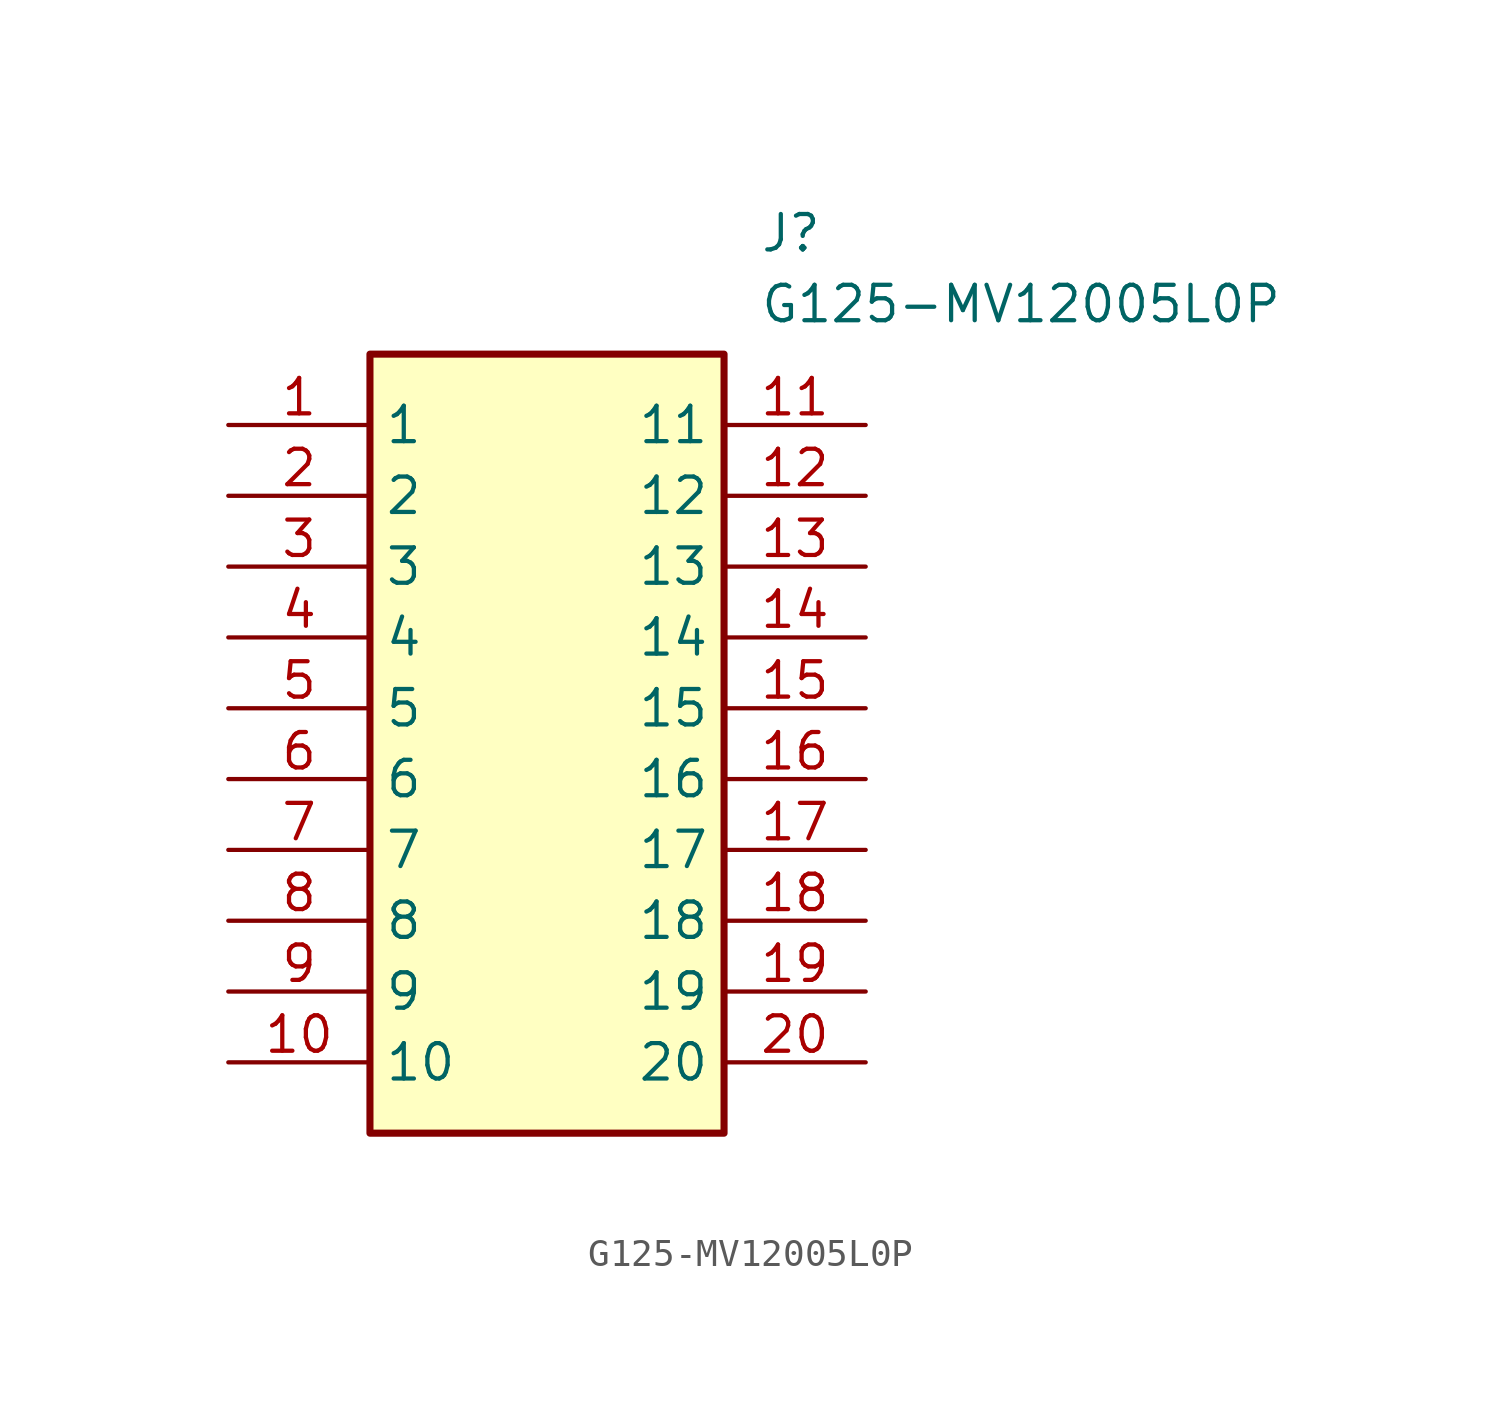
<source format=kicad_sym>
(kicad_symbol_lib
  (version 20211014)
  (generator SamacSys_ECAD_Model)
  (symbol "G125-MV12005L0P"
    (property "Reference" "J"
      (at 19.05 7.62 0)
      (effects (font (size 1.27 1.27)) (justify left top)))
    (property "Value" "G125-MV12005L0P"
      (at 19.05 5.08 0)
      (effects (font (size 1.27 1.27)) (justify left top)))
    (rectangle
      (start 5.08 2.54)
      (end 17.78 -25.4)
      (stroke (width 0.254) (type default))
      (fill (type background)))
    (pin passive line
      (at 0 0 0)
      (length 5.08)
      (name "1" (effects (font (size 1.27 1.27))))
      (number "1" (effects (font (size 1.27 1.27)))))
    (pin passive line
      (at 0 -2.54 0)
      (length 5.08)
      (name "2" (effects (font (size 1.27 1.27))))
      (number "2" (effects (font (size 1.27 1.27)))))
    (pin passive line
      (at 0 -5.08 0)
      (length 5.08)
      (name "3" (effects (font (size 1.27 1.27))))
      (number "3" (effects (font (size 1.27 1.27)))))
    (pin passive line
      (at 0 -7.62 0)
      (length 5.08)
      (name "4" (effects (font (size 1.27 1.27))))
      (number "4" (effects (font (size 1.27 1.27)))))
    (pin passive line
      (at 0 -10.16 0)
      (length 5.08)
      (name "5" (effects (font (size 1.27 1.27))))
      (number "5" (effects (font (size 1.27 1.27)))))
    (pin passive line
      (at 0 -12.7 0)
      (length 5.08)
      (name "6" (effects (font (size 1.27 1.27))))
      (number "6" (effects (font (size 1.27 1.27)))))
    (pin passive line
      (at 0 -15.24 0)
      (length 5.08)
      (name "7" (effects (font (size 1.27 1.27))))
      (number "7" (effects (font (size 1.27 1.27)))))
    (pin passive line
      (at 0 -17.78 0)
      (length 5.08)
      (name "8" (effects (font (size 1.27 1.27))))
      (number "8" (effects (font (size 1.27 1.27)))))
    (pin passive line
      (at 0 -20.32 0)
      (length 5.08)
      (name "9" (effects (font (size 1.27 1.27))))
      (number "9" (effects (font (size 1.27 1.27)))))
    (pin passive line
      (at 0 -22.86 0)
      (length 5.08)
      (name "10" (effects (font (size 1.27 1.27))))
      (number "10" (effects (font (size 1.27 1.27)))))
    (pin passive line
      (at 22.86 0 180)
      (length 5.08)
      (name "11" (effects (font (size 1.27 1.27))))
      (number "11" (effects (font (size 1.27 1.27)))))
    (pin passive line
      (at 22.86 -2.54 180)
      (length 5.08)
      (name "12" (effects (font (size 1.27 1.27))))
      (number "12" (effects (font (size 1.27 1.27)))))
    (pin passive line
      (at 22.86 -5.08 180)
      (length 5.08)
      (name "13" (effects (font (size 1.27 1.27))))
      (number "13" (effects (font (size 1.27 1.27)))))
    (pin passive line
      (at 22.86 -7.62 180)
      (length 5.08)
      (name "14" (effects (font (size 1.27 1.27))))
      (number "14" (effects (font (size 1.27 1.27)))))
    (pin passive line
      (at 22.86 -10.16 180)
      (length 5.08)
      (name "15" (effects (font (size 1.27 1.27))))
      (number "15" (effects (font (size 1.27 1.27)))))
    (pin passive line
      (at 22.86 -12.7 180)
      (length 5.08)
      (name "16" (effects (font (size 1.27 1.27))))
      (number "16" (effects (font (size 1.27 1.27)))))
    (pin passive line
      (at 22.86 -15.24 180)
      (length 5.08)
      (name "17" (effects (font (size 1.27 1.27))))
      (number "17" (effects (font (size 1.27 1.27)))))
    (pin passive line
      (at 22.86 -17.78 180)
      (length 5.08)
      (name "18" (effects (font (size 1.27 1.27))))
      (number "18" (effects (font (size 1.27 1.27)))))
    (pin passive line
      (at 22.86 -20.32 180)
      (length 5.08)
      (name "19" (effects (font (size 1.27 1.27))))
      (number "19" (effects (font (size 1.27 1.27)))))
    (pin passive line
      (at 22.86 -22.86 180)
      (length 5.08)
      (name "20" (effects (font (size 1.27 1.27))))
      (number "20" (effects (font (size 1.27 1.27)))))))
</source>
